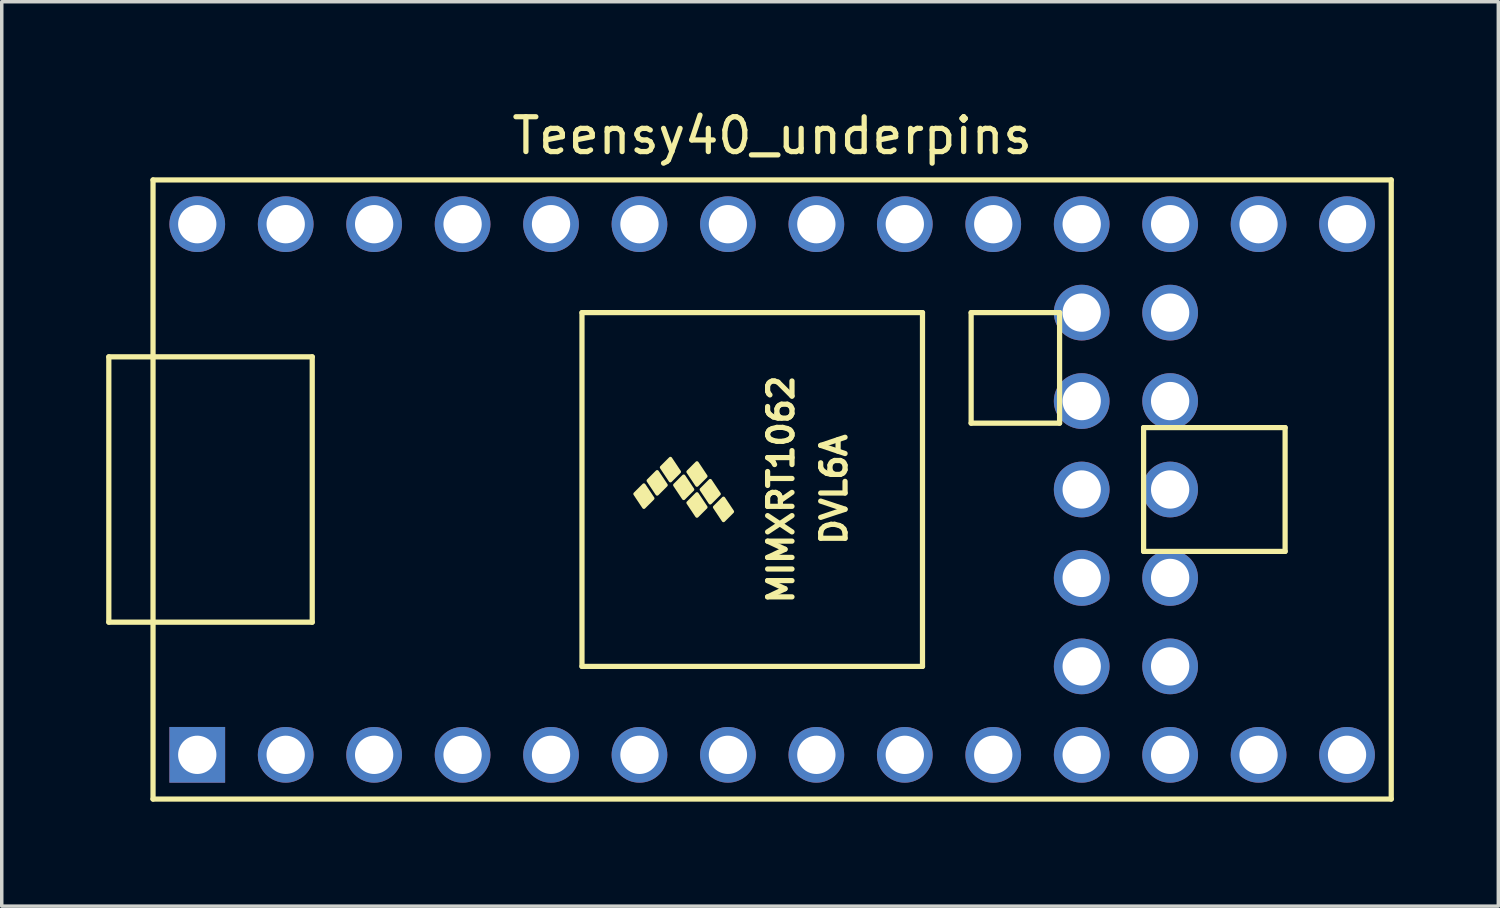
<source format=kicad_pcb>
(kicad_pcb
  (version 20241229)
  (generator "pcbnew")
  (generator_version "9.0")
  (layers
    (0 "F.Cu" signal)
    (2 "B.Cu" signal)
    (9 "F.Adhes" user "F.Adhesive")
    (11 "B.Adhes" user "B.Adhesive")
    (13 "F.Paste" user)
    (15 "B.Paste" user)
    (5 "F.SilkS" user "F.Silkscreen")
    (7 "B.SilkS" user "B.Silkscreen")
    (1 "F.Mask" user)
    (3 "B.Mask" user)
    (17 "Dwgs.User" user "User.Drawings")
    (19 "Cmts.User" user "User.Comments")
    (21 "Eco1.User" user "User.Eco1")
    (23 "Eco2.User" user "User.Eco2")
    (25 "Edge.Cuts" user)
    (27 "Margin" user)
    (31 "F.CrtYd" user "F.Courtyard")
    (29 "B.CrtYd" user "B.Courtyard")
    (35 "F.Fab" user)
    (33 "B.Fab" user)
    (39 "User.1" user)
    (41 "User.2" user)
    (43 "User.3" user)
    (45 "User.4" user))
  (footprint "Teensy40_underpins"
    (layer "F.Cu")
    (at 19.125 11.008)
    (property "Reference" "Teensy40_underpins" (at 0 -10.16 0) (layer "F.SilkS") (effects (font (size 1 1) (thickness 0.15))))
    (attr through_hole)
    (fp_line (start -19.05 -3.81) (end -17.78 -3.81) (stroke (width 0.15) (type solid)) (layer "F.SilkS"))
    (fp_line (start -19.05 3.81) (end -19.05 -3.81) (stroke (width 0.15) (type solid)) (layer "F.SilkS"))
    (fp_line (start -17.78 -8.89) (end 17.78 -8.89) (stroke (width 0.15) (type solid)) (layer "F.SilkS"))
    (fp_line (start -17.78 3.81) (end -19.05 3.81) (stroke (width 0.15) (type solid)) (layer "F.SilkS"))
    (fp_line (start -17.78 8.89) (end -17.78 -8.89) (stroke (width 0.15) (type solid)) (layer "F.SilkS"))
    (fp_line (start -13.208 -3.81) (end -17.78 -3.81) (stroke (width 0.15) (type solid)) (layer "F.SilkS"))
    (fp_line (start -13.208 3.81) (end -17.78 3.81) (stroke (width 0.15) (type solid)) (layer "F.SilkS"))
    (fp_line (start -13.208 3.81) (end -13.208 -3.81) (stroke (width 0.15) (type solid)) (layer "F.SilkS"))
    (fp_line (start -5.461 -5.08) (end -5.461 5.08) (stroke (width 0.15) (type solid)) (layer "F.SilkS"))
    (fp_line (start 4.318 -5.08) (end -5.461 -5.08) (stroke (width 0.15) (type solid)) (layer "F.SilkS"))
    (fp_line (start 4.318 5.08) (end -5.461 5.08) (stroke (width 0.15) (type solid)) (layer "F.SilkS"))
    (fp_line (start 4.318 5.08) (end 4.318 -5.08) (stroke (width 0.15) (type solid)) (layer "F.SilkS"))
    (fp_line (start 5.715 -5.08) (end 8.255 -5.08) (stroke (width 0.15) (type solid)) (layer "F.SilkS"))
    (fp_line (start 5.715 -1.905) (end 5.715 -5.08) (stroke (width 0.15) (type solid)) (layer "F.SilkS"))
    (fp_line (start 8.255 -5.08) (end 8.255 -1.905) (stroke (width 0.15) (type solid)) (layer "F.SilkS"))
    (fp_line (start 8.255 -1.905) (end 5.715 -1.905) (stroke (width 0.15) (type solid)) (layer "F.SilkS"))
    (fp_line (start 10.668 -1.778) (end 14.732 -1.778) (stroke (width 0.15) (type solid)) (layer "F.SilkS"))
    (fp_line (start 10.668 1.778) (end 10.668 -1.778) (stroke (width 0.15) (type solid)) (layer "F.SilkS"))
    (fp_line (start 14.732 -1.778) (end 14.732 1.778) (stroke (width 0.15) (type solid)) (layer "F.SilkS"))
    (fp_line (start 14.732 1.778) (end 10.668 1.778) (stroke (width 0.15) (type solid)) (layer "F.SilkS"))
    (fp_line (start 17.78 -8.89) (end 17.78 8.89) (stroke (width 0.15) (type solid)) (layer "F.SilkS"))
    (fp_line (start 17.78 8.89) (end -17.78 8.89) (stroke (width 0.15) (type solid)) (layer "F.SilkS"))
    (fp_poly (pts (xy -3.937 0.127) (xy -3.683 -0.127) (xy -3.429 0.254) (xy -3.683 0.508)) (stroke (width 0.1) (type solid)) (fill yes) (layer "F.SilkS"))
    (fp_poly (pts (xy -3.556 -0.254) (xy -3.302 -0.508) (xy -3.048 -0.127) (xy -3.302 0.127)) (stroke (width 0.1) (type solid)) (fill yes) (layer "F.SilkS"))
    (fp_poly (pts (xy -3.175 -0.635) (xy -2.921 -0.889) (xy -2.667 -0.508) (xy -2.921 -0.254)) (stroke (width 0.1) (type solid)) (fill yes) (layer "F.SilkS"))
    (fp_poly (pts (xy -2.794 -0.127) (xy -2.54 -0.381) (xy -2.286 0) (xy -2.54 0.254)) (stroke (width 0.1) (type solid)) (fill yes) (layer "F.SilkS"))
    (fp_poly (pts (xy -2.413 -0.508) (xy -2.159 -0.762) (xy -1.905 -0.381) (xy -2.159 -0.127)) (stroke (width 0.1) (type solid)) (fill yes) (layer "F.SilkS"))
    (fp_poly (pts (xy -2.413 0.381) (xy -2.159 0.127) (xy -1.905 0.508) (xy -2.159 0.762)) (stroke (width 0.1) (type solid)) (fill yes) (layer "F.SilkS"))
    (fp_poly (pts (xy -2.032 0) (xy -1.778 -0.254) (xy -1.524 0.127) (xy -1.778 0.381)) (stroke (width 0.1) (type solid)) (fill yes) (layer "F.SilkS"))
    (fp_poly (pts (xy -1.651 0.508) (xy -1.397 0.254) (xy -1.143 0.635) (xy -1.397 0.889)) (stroke (width 0.1) (type solid)) (fill yes) (layer "F.SilkS"))
    (fp_text user "DVL6A" (at 1.778 0 90) (layer "F.SilkS") (effects (font (size 0.7 0.7) (thickness 0.15))))
    (fp_text user "MIMXRT1062" (at 0.254 0 90) (layer "F.SilkS") (effects (font (size 0.7 0.7) (thickness 0.15))))
    (pad "1" thru_hole rect (at -16.51 7.62) (size 1.6 1.6) (drill 1.1) (layers "*.Cu" "*.Mask"))
    (pad "2" thru_hole circle (at -13.97 7.62) (size 1.6 1.6) (drill 1.1) (layers "*.Cu" "*.Mask"))
    (pad "3" thru_hole circle (at -11.43 7.62) (size 1.6 1.6) (drill 1.1) (layers "*.Cu" "*.Mask"))
    (pad "4" thru_hole circle (at -8.89 7.62) (size 1.6 1.6) (drill 1.1) (layers "*.Cu" "*.Mask"))
    (pad "5" thru_hole circle (at -6.35 7.62) (size 1.6 1.6) (drill 1.1) (layers "*.Cu" "*.Mask"))
    (pad "6" thru_hole circle (at -3.81 7.62) (size 1.6 1.6) (drill 1.1) (layers "*.Cu" "*.Mask"))
    (pad "7" thru_hole circle (at -1.27 7.62) (size 1.6 1.6) (drill 1.1) (layers "*.Cu" "*.Mask"))
    (pad "8" thru_hole circle (at 1.27 7.62) (size 1.6 1.6) (drill 1.1) (layers "*.Cu" "*.Mask"))
    (pad "9" thru_hole circle (at 3.81 7.62) (size 1.6 1.6) (drill 1.1) (layers "*.Cu" "*.Mask"))
    (pad "10" thru_hole circle (at 6.35 7.62) (size 1.6 1.6) (drill 1.1) (layers "*.Cu" "*.Mask"))
    (pad "11" thru_hole circle (at 8.89 7.62) (size 1.6 1.6) (drill 1.1) (layers "*.Cu" "*.Mask"))
    (pad "12" thru_hole circle (at 11.43 7.62) (size 1.6 1.6) (drill 1.1) (layers "*.Cu" "*.Mask"))
    (pad "13" thru_hole circle (at 13.97 7.62) (size 1.6 1.6) (drill 1.1) (layers "*.Cu" "*.Mask"))
    (pad "14" thru_hole circle (at 16.51 7.62) (size 1.6 1.6) (drill 1.1) (layers "*.Cu" "*.Mask"))
    (pad "20" thru_hole circle (at 16.51 -7.62) (size 1.6 1.6) (drill 1.1) (layers "*.Cu" "*.Mask"))
    (pad "21" thru_hole circle (at 13.97 -7.62) (size 1.6 1.6) (drill 1.1) (layers "*.Cu" "*.Mask"))
    (pad "22" thru_hole circle (at 11.43 -7.62) (size 1.6 1.6) (drill 1.1) (layers "*.Cu" "*.Mask"))
    (pad "23" thru_hole circle (at 8.89 -7.62) (size 1.6 1.6) (drill 1.1) (layers "*.Cu" "*.Mask"))
    (pad "24" thru_hole circle (at 6.35 -7.62) (size 1.6 1.6) (drill 1.1) (layers "*.Cu" "*.Mask"))
    (pad "25" thru_hole circle (at 3.81 -7.62) (size 1.6 1.6) (drill 1.1) (layers "*.Cu" "*.Mask"))
    (pad "26" thru_hole circle (at 1.27 -7.62) (size 1.6 1.6) (drill 1.1) (layers "*.Cu" "*.Mask"))
    (pad "27" thru_hole circle (at -1.27 -7.62) (size 1.6 1.6) (drill 1.1) (layers "*.Cu" "*.Mask"))
    (pad "28" thru_hole circle (at -3.81 -7.62) (size 1.6 1.6) (drill 1.1) (layers "*.Cu" "*.Mask"))
    (pad "29" thru_hole circle (at -6.35 -7.62) (size 1.6 1.6) (drill 1.1) (layers "*.Cu" "*.Mask"))
    (pad "30" thru_hole circle (at -8.89 -7.62) (size 1.6 1.6) (drill 1.1) (layers "*.Cu" "*.Mask"))
    (pad "31" thru_hole circle (at -11.43 -7.62) (size 1.6 1.6) (drill 1.1) (layers "*.Cu" "*.Mask"))
    (pad "32" thru_hole circle (at -13.97 -7.62) (size 1.6 1.6) (drill 1.1) (layers "*.Cu" "*.Mask"))
    (pad "33" thru_hole circle (at -16.51 -7.62) (size 1.6 1.6) (drill 1.1) (layers "*.Cu" "*.Mask"))
    (pad "35" thru_hole circle (at 11.43 -5.08) (size 1.6 1.6) (drill 1.1) (layers "*.Cu" "*.Mask"))
    (pad "36" thru_hole circle (at 11.43 -2.54) (size 1.6 1.6) (drill 1.1) (layers "*.Cu" "*.Mask"))
    (pad "37" thru_hole circle (at 11.43 0) (size 1.6 1.6) (drill 1.1) (layers "*.Cu" "*.Mask"))
    (pad "38" thru_hole circle (at 11.43 2.54) (size 1.6 1.6) (drill 1.1) (layers "*.Cu" "*.Mask"))
    (pad "39" thru_hole circle (at 11.43 5.08) (size 1.6 1.6) (drill 1.1) (layers "*.Cu" "*.Mask"))
    (pad "40" thru_hole circle (at 8.89 -5.08) (size 1.6 1.6) (drill 1.1) (layers "*.Cu" "*.Mask"))
    (pad "41" thru_hole circle (at 8.89 -2.54) (size 1.6 1.6) (drill 1.1) (layers "*.Cu" "*.Mask"))
    (pad "42" thru_hole circle (at 8.89 0) (size 1.6 1.6) (drill 1.1) (layers "*.Cu" "*.Mask"))
    (pad "43" thru_hole circle (at 8.89 2.54) (size 1.6 1.6) (drill 1.1) (layers "*.Cu" "*.Mask"))
    (pad "44" thru_hole circle (at 8.89 5.08) (size 1.6 1.6) (drill 1.1) (layers "*.Cu" "*.Mask")))
  (gr_rect
    (start -3 -3)
    (end 39.98 22.973)
    (stroke (width 0.1) (type default))
    (fill no)
    (layer "Edge.Cuts")))
</source>
